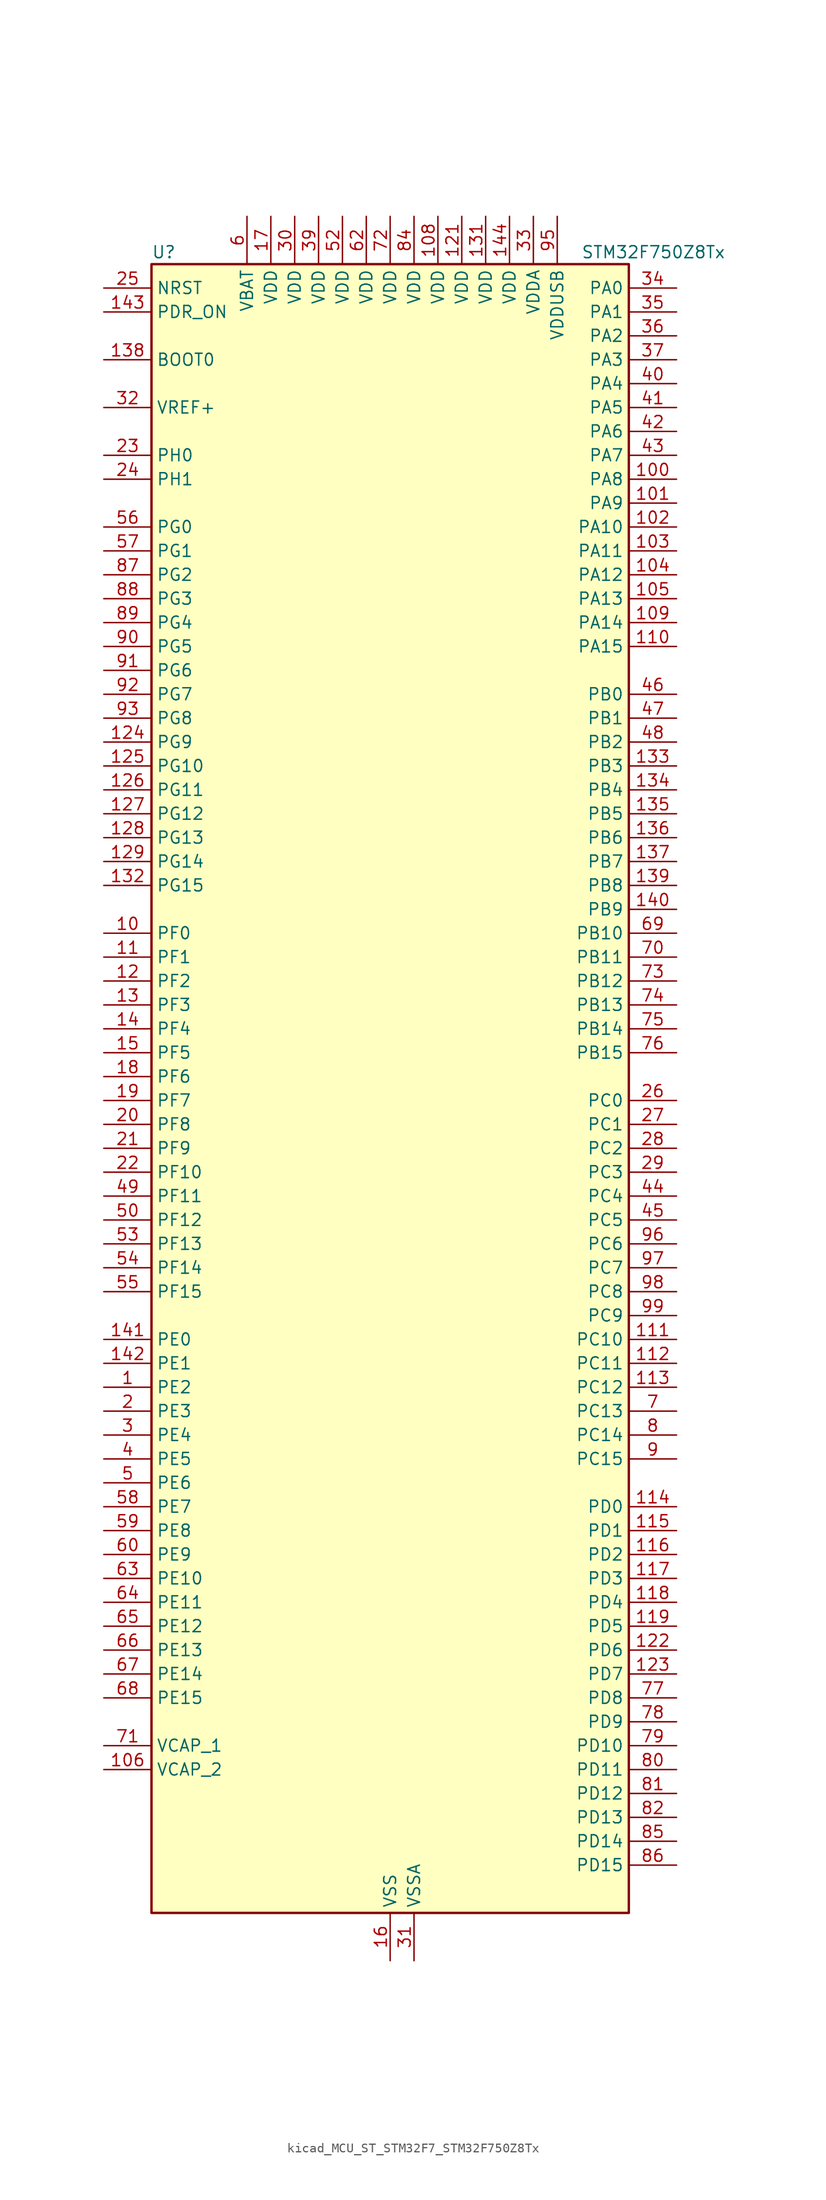
<source format=kicad_sym>
(kicad_symbol_lib
  (version 20220914)
  (generator kicad_symbol_editor)
  (symbol "kicad_MCU_ST_STM32F7_STM32F750Z8Tx"
    (property "Reference" "U"
      (at -25.4 90.17 0)
      (effects (font (size 1.27 1.27)) (justify left)))
    (property "Value" "STM32F750Z8Tx"
      (at 20.32 90.17 0)
      (effects (font (size 1.27 1.27)) (justify left)))
    (property "ki_locked" ""
      (at 0 0 0)
      (effects (font (size 1.27 1.27))))
    (symbol "kicad_MCU_ST_STM32F7_STM32F750Z8Tx_0_1"
      (rectangle (start -25.4 -86.36) (end 25.4 88.9) (stroke (width 0.254) (type default)) (fill (type background))))
    (symbol "kicad_MCU_ST_STM32F7_STM32F750Z8Tx_1_1"
      (pin bidirectional line (at -30.48 -30.48 0) (length 5.08) (name "PE2" (effects (font (size 1.27 1.27)))) (number "1" (effects (font (size 1.27 1.27)))) (alternate "ETH_TXD3" bidirectional line) (alternate "FMC_A23" bidirectional line) (alternate "QUADSPI_BK1_IO2" bidirectional line) (alternate "SAI1_MCLK_A" bidirectional line) (alternate "SPI4_SCK" bidirectional line) (alternate "SYS_TRACECLK" bidirectional line))
      (pin bidirectional line (at -30.48 17.78 0) (length 5.08) (name "PF0" (effects (font (size 1.27 1.27)))) (number "10" (effects (font (size 1.27 1.27)))) (alternate "FMC_A0" bidirectional line) (alternate "I2C2_SDA" bidirectional line))
      (pin bidirectional line (at 30.48 66.04 180) (length 5.08) (name "PA8" (effects (font (size 1.27 1.27)))) (number "100" (effects (font (size 1.27 1.27)))) (alternate "I2C3_SCL" bidirectional line) (alternate "LTDC_R6" bidirectional line) (alternate "RCC_MCO_1" bidirectional line) (alternate "TIM1_CH1" bidirectional line) (alternate "TIM8_BKIN2" bidirectional line) (alternate "USART1_CK" bidirectional line) (alternate "USB_OTG_FS_SOF" bidirectional line))
      (pin bidirectional line (at 30.48 63.5 180) (length 5.08) (name "PA9" (effects (font (size 1.27 1.27)))) (number "101" (effects (font (size 1.27 1.27)))) (alternate "DAC_EXTI9" bidirectional line) (alternate "DCMI_D0" bidirectional line) (alternate "I2C3_SMBA" bidirectional line) (alternate "I2S2_CK" bidirectional line) (alternate "SPI2_SCK" bidirectional line) (alternate "TIM1_CH2" bidirectional line) (alternate "USART1_TX" bidirectional line) (alternate "USB_OTG_FS_VBUS" bidirectional line))
      (pin bidirectional line (at 30.48 60.96 180) (length 5.08) (name "PA10" (effects (font (size 1.27 1.27)))) (number "102" (effects (font (size 1.27 1.27)))) (alternate "DCMI_D1" bidirectional line) (alternate "TIM1_CH3" bidirectional line) (alternate "USART1_RX" bidirectional line) (alternate "USB_OTG_FS_ID" bidirectional line))
      (pin bidirectional line (at 30.48 58.42 180) (length 5.08) (name "PA11" (effects (font (size 1.27 1.27)))) (number "103" (effects (font (size 1.27 1.27)))) (alternate "ADC1_EXTI11" bidirectional line) (alternate "ADC2_EXTI11" bidirectional line) (alternate "ADC3_EXTI11" bidirectional line) (alternate "CAN1_RX" bidirectional line) (alternate "LTDC_R4" bidirectional line) (alternate "TIM1_CH4" bidirectional line) (alternate "USART1_CTS" bidirectional line) (alternate "USB_OTG_FS_DM" bidirectional line))
      (pin bidirectional line (at 30.48 55.88 180) (length 5.08) (name "PA12" (effects (font (size 1.27 1.27)))) (number "104" (effects (font (size 1.27 1.27)))) (alternate "CAN1_TX" bidirectional line) (alternate "LTDC_R5" bidirectional line) (alternate "SAI2_FS_B" bidirectional line) (alternate "TIM1_ETR" bidirectional line) (alternate "USART1_DE" bidirectional line) (alternate "USART1_RTS" bidirectional line) (alternate "USB_OTG_FS_DP" bidirectional line))
      (pin bidirectional line (at 30.48 53.34 180) (length 5.08) (name "PA13" (effects (font (size 1.27 1.27)))) (number "105" (effects (font (size 1.27 1.27)))) (alternate "SYS_JTMS-SWDIO" bidirectional line))
      (pin power_out line (at -30.48 -71.12 0) (length 5.08) (name "VCAP_2" (effects (font (size 1.27 1.27)))) (number "106" (effects (font (size 1.27 1.27)))))
      (pin passive line (at 0 -91.44 90) (length 5.08) hide (name "VSS" (effects (font (size 1.27 1.27)))) (number "107" (effects (font (size 1.27 1.27)))))
      (pin power_in line (at 5.08 93.98 270) (length 5.08) (name "VDD" (effects (font (size 1.27 1.27)))) (number "108" (effects (font (size 1.27 1.27)))))
      (pin bidirectional line (at 30.48 50.8 180) (length 5.08) (name "PA14" (effects (font (size 1.27 1.27)))) (number "109" (effects (font (size 1.27 1.27)))) (alternate "SYS_JTCK-SWCLK" bidirectional line))
      (pin bidirectional line (at -30.48 15.24 0) (length 5.08) (name "PF1" (effects (font (size 1.27 1.27)))) (number "11" (effects (font (size 1.27 1.27)))) (alternate "FMC_A1" bidirectional line) (alternate "I2C2_SCL" bidirectional line))
      (pin bidirectional line (at 30.48 48.26 180) (length 5.08) (name "PA15" (effects (font (size 1.27 1.27)))) (number "110" (effects (font (size 1.27 1.27)))) (alternate "CEC" bidirectional line) (alternate "I2S1_WS" bidirectional line) (alternate "I2S3_WS" bidirectional line) (alternate "SPI1_NSS" bidirectional line) (alternate "SPI3_NSS" bidirectional line) (alternate "SYS_JTDI" bidirectional line) (alternate "TIM2_CH1" bidirectional line) (alternate "TIM2_ETR" bidirectional line) (alternate "UART4_DE" bidirectional line) (alternate "UART4_RTS" bidirectional line))
      (pin bidirectional line (at 30.48 -25.4 180) (length 5.08) (name "PC10" (effects (font (size 1.27 1.27)))) (number "111" (effects (font (size 1.27 1.27)))) (alternate "DCMI_D8" bidirectional line) (alternate "I2S3_CK" bidirectional line) (alternate "LTDC_R2" bidirectional line) (alternate "QUADSPI_BK1_IO1" bidirectional line) (alternate "SDMMC1_D2" bidirectional line) (alternate "SPI3_SCK" bidirectional line) (alternate "UART4_TX" bidirectional line) (alternate "USART3_TX" bidirectional line))
      (pin bidirectional line (at 30.48 -27.94 180) (length 5.08) (name "PC11" (effects (font (size 1.27 1.27)))) (number "112" (effects (font (size 1.27 1.27)))) (alternate "ADC1_EXTI11" bidirectional line) (alternate "ADC2_EXTI11" bidirectional line) (alternate "ADC3_EXTI11" bidirectional line) (alternate "DCMI_D4" bidirectional line) (alternate "QUADSPI_BK2_NCS" bidirectional line) (alternate "SDMMC1_D3" bidirectional line) (alternate "SPI3_MISO" bidirectional line) (alternate "UART4_RX" bidirectional line) (alternate "USART3_RX" bidirectional line))
      (pin bidirectional line (at 30.48 -30.48 180) (length 5.08) (name "PC12" (effects (font (size 1.27 1.27)))) (number "113" (effects (font (size 1.27 1.27)))) (alternate "DCMI_D9" bidirectional line) (alternate "I2S3_SD" bidirectional line) (alternate "SDMMC1_CK" bidirectional line) (alternate "SPI3_MOSI" bidirectional line) (alternate "SYS_TRACED3" bidirectional line) (alternate "UART5_TX" bidirectional line) (alternate "USART3_CK" bidirectional line))
      (pin bidirectional line (at 30.48 -43.18 180) (length 5.08) (name "PD0" (effects (font (size 1.27 1.27)))) (number "114" (effects (font (size 1.27 1.27)))) (alternate "CAN1_RX" bidirectional line) (alternate "FMC_D2" bidirectional line) (alternate "FMC_DA2" bidirectional line))
      (pin bidirectional line (at 30.48 -45.72 180) (length 5.08) (name "PD1" (effects (font (size 1.27 1.27)))) (number "115" (effects (font (size 1.27 1.27)))) (alternate "CAN1_TX" bidirectional line) (alternate "FMC_D3" bidirectional line) (alternate "FMC_DA3" bidirectional line))
      (pin bidirectional line (at 30.48 -48.26 180) (length 5.08) (name "PD2" (effects (font (size 1.27 1.27)))) (number "116" (effects (font (size 1.27 1.27)))) (alternate "DCMI_D11" bidirectional line) (alternate "SDMMC1_CMD" bidirectional line) (alternate "SYS_TRACED2" bidirectional line) (alternate "TIM3_ETR" bidirectional line) (alternate "UART5_RX" bidirectional line))
      (pin bidirectional line (at 30.48 -50.8 180) (length 5.08) (name "PD3" (effects (font (size 1.27 1.27)))) (number "117" (effects (font (size 1.27 1.27)))) (alternate "DCMI_D5" bidirectional line) (alternate "FMC_CLK" bidirectional line) (alternate "I2S2_CK" bidirectional line) (alternate "LTDC_G7" bidirectional line) (alternate "SPI2_SCK" bidirectional line) (alternate "USART2_CTS" bidirectional line))
      (pin bidirectional line (at 30.48 -53.34 180) (length 5.08) (name "PD4" (effects (font (size 1.27 1.27)))) (number "118" (effects (font (size 1.27 1.27)))) (alternate "FMC_NOE" bidirectional line) (alternate "USART2_DE" bidirectional line) (alternate "USART2_RTS" bidirectional line))
      (pin bidirectional line (at 30.48 -55.88 180) (length 5.08) (name "PD5" (effects (font (size 1.27 1.27)))) (number "119" (effects (font (size 1.27 1.27)))) (alternate "FMC_NWE" bidirectional line) (alternate "USART2_TX" bidirectional line))
      (pin bidirectional line (at -30.48 12.7 0) (length 5.08) (name "PF2" (effects (font (size 1.27 1.27)))) (number "12" (effects (font (size 1.27 1.27)))) (alternate "FMC_A2" bidirectional line) (alternate "I2C2_SMBA" bidirectional line))
      (pin passive line (at 0 -91.44 90) (length 5.08) hide (name "VSS" (effects (font (size 1.27 1.27)))) (number "120" (effects (font (size 1.27 1.27)))))
      (pin power_in line (at 7.62 93.98 270) (length 5.08) (name "VDD" (effects (font (size 1.27 1.27)))) (number "121" (effects (font (size 1.27 1.27)))))
      (pin bidirectional line (at 30.48 -58.42 180) (length 5.08) (name "PD6" (effects (font (size 1.27 1.27)))) (number "122" (effects (font (size 1.27 1.27)))) (alternate "DCMI_D10" bidirectional line) (alternate "FMC_NWAIT" bidirectional line) (alternate "I2S3_SD" bidirectional line) (alternate "LTDC_B2" bidirectional line) (alternate "SAI1_SD_A" bidirectional line) (alternate "SPI3_MOSI" bidirectional line) (alternate "USART2_RX" bidirectional line))
      (pin bidirectional line (at 30.48 -60.96 180) (length 5.08) (name "PD7" (effects (font (size 1.27 1.27)))) (number "123" (effects (font (size 1.27 1.27)))) (alternate "FMC_NE1" bidirectional line) (alternate "SPDIFRX_IN0" bidirectional line) (alternate "USART2_CK" bidirectional line))
      (pin bidirectional line (at -30.48 38.1 0) (length 5.08) (name "PG9" (effects (font (size 1.27 1.27)))) (number "124" (effects (font (size 1.27 1.27)))) (alternate "DAC_EXTI9" bidirectional line) (alternate "DCMI_VSYNC" bidirectional line) (alternate "FMC_NCE" bidirectional line) (alternate "FMC_NE2" bidirectional line) (alternate "QUADSPI_BK2_IO2" bidirectional line) (alternate "SAI2_FS_B" bidirectional line) (alternate "SPDIFRX_IN3" bidirectional line) (alternate "USART6_RX" bidirectional line))
      (pin bidirectional line (at -30.48 35.56 0) (length 5.08) (name "PG10" (effects (font (size 1.27 1.27)))) (number "125" (effects (font (size 1.27 1.27)))) (alternate "DCMI_D2" bidirectional line) (alternate "FMC_NE3" bidirectional line) (alternate "LTDC_B2" bidirectional line) (alternate "LTDC_G3" bidirectional line) (alternate "SAI2_SD_B" bidirectional line))
      (pin bidirectional line (at -30.48 33.02 0) (length 5.08) (name "PG11" (effects (font (size 1.27 1.27)))) (number "126" (effects (font (size 1.27 1.27)))) (alternate "ADC1_EXTI11" bidirectional line) (alternate "ADC2_EXTI11" bidirectional line) (alternate "ADC3_EXTI11" bidirectional line) (alternate "DCMI_D3" bidirectional line) (alternate "ETH_TX_EN" bidirectional line) (alternate "LTDC_B3" bidirectional line) (alternate "SPDIFRX_IN0" bidirectional line))
      (pin bidirectional line (at -30.48 30.48 0) (length 5.08) (name "PG12" (effects (font (size 1.27 1.27)))) (number "127" (effects (font (size 1.27 1.27)))) (alternate "FMC_NE4" bidirectional line) (alternate "LPTIM1_IN1" bidirectional line) (alternate "LTDC_B1" bidirectional line) (alternate "LTDC_B4" bidirectional line) (alternate "SPDIFRX_IN1" bidirectional line) (alternate "SPI6_MISO" bidirectional line) (alternate "USART6_DE" bidirectional line) (alternate "USART6_RTS" bidirectional line))
      (pin bidirectional line (at -30.48 27.94 0) (length 5.08) (name "PG13" (effects (font (size 1.27 1.27)))) (number "128" (effects (font (size 1.27 1.27)))) (alternate "ETH_TXD0" bidirectional line) (alternate "FMC_A24" bidirectional line) (alternate "LPTIM1_OUT" bidirectional line) (alternate "LTDC_R0" bidirectional line) (alternate "SPI6_SCK" bidirectional line) (alternate "SYS_TRACED0" bidirectional line) (alternate "USART6_CTS" bidirectional line))
      (pin bidirectional line (at -30.48 25.4 0) (length 5.08) (name "PG14" (effects (font (size 1.27 1.27)))) (number "129" (effects (font (size 1.27 1.27)))) (alternate "ETH_TXD1" bidirectional line) (alternate "FMC_A25" bidirectional line) (alternate "LPTIM1_ETR" bidirectional line) (alternate "LTDC_B0" bidirectional line) (alternate "QUADSPI_BK2_IO3" bidirectional line) (alternate "SPI6_MOSI" bidirectional line) (alternate "SYS_TRACED1" bidirectional line) (alternate "USART6_TX" bidirectional line))
      (pin bidirectional line (at -30.48 10.16 0) (length 5.08) (name "PF3" (effects (font (size 1.27 1.27)))) (number "13" (effects (font (size 1.27 1.27)))) (alternate "ADC3_IN9" bidirectional line) (alternate "FMC_A3" bidirectional line))
      (pin passive line (at 0 -91.44 90) (length 5.08) hide (name "VSS" (effects (font (size 1.27 1.27)))) (number "130" (effects (font (size 1.27 1.27)))))
      (pin power_in line (at 10.16 93.98 270) (length 5.08) (name "VDD" (effects (font (size 1.27 1.27)))) (number "131" (effects (font (size 1.27 1.27)))))
      (pin bidirectional line (at -30.48 22.86 0) (length 5.08) (name "PG15" (effects (font (size 1.27 1.27)))) (number "132" (effects (font (size 1.27 1.27)))) (alternate "DCMI_D13" bidirectional line) (alternate "FMC_SDNCAS" bidirectional line) (alternate "USART6_CTS" bidirectional line))
      (pin bidirectional line (at 30.48 35.56 180) (length 5.08) (name "PB3" (effects (font (size 1.27 1.27)))) (number "133" (effects (font (size 1.27 1.27)))) (alternate "I2S1_CK" bidirectional line) (alternate "I2S3_CK" bidirectional line) (alternate "SPI1_SCK" bidirectional line) (alternate "SPI3_SCK" bidirectional line) (alternate "SYS_JTDO-SWO" bidirectional line) (alternate "TIM2_CH2" bidirectional line))
      (pin bidirectional line (at 30.48 33.02 180) (length 5.08) (name "PB4" (effects (font (size 1.27 1.27)))) (number "134" (effects (font (size 1.27 1.27)))) (alternate "I2S2_WS" bidirectional line) (alternate "SPI1_MISO" bidirectional line) (alternate "SPI2_NSS" bidirectional line) (alternate "SPI3_MISO" bidirectional line) (alternate "SYS_JTRST" bidirectional line) (alternate "TIM3_CH1" bidirectional line))
      (pin bidirectional line (at 30.48 30.48 180) (length 5.08) (name "PB5" (effects (font (size 1.27 1.27)))) (number "135" (effects (font (size 1.27 1.27)))) (alternate "CAN2_RX" bidirectional line) (alternate "DCMI_D10" bidirectional line) (alternate "ETH_PPS_OUT" bidirectional line) (alternate "FMC_SDCKE1" bidirectional line) (alternate "I2C1_SMBA" bidirectional line) (alternate "I2S1_SD" bidirectional line) (alternate "I2S3_SD" bidirectional line) (alternate "SPI1_MOSI" bidirectional line) (alternate "SPI3_MOSI" bidirectional line) (alternate "TIM3_CH2" bidirectional line) (alternate "USB_OTG_HS_ULPI_D7" bidirectional line))
      (pin bidirectional line (at 30.48 27.94 180) (length 5.08) (name "PB6" (effects (font (size 1.27 1.27)))) (number "136" (effects (font (size 1.27 1.27)))) (alternate "CAN2_TX" bidirectional line) (alternate "CEC" bidirectional line) (alternate "DCMI_D5" bidirectional line) (alternate "FMC_SDNE1" bidirectional line) (alternate "I2C1_SCL" bidirectional line) (alternate "QUADSPI_BK1_NCS" bidirectional line) (alternate "TIM4_CH1" bidirectional line) (alternate "USART1_TX" bidirectional line))
      (pin bidirectional line (at 30.48 25.4 180) (length 5.08) (name "PB7" (effects (font (size 1.27 1.27)))) (number "137" (effects (font (size 1.27 1.27)))) (alternate "DCMI_VSYNC" bidirectional line) (alternate "FMC_NL" bidirectional line) (alternate "I2C1_SDA" bidirectional line) (alternate "TIM4_CH2" bidirectional line) (alternate "USART1_RX" bidirectional line))
      (pin input line (at -30.48 78.74 0) (length 5.08) (name "BOOT0" (effects (font (size 1.27 1.27)))) (number "138" (effects (font (size 1.27 1.27)))))
      (pin bidirectional line (at 30.48 22.86 180) (length 5.08) (name "PB8" (effects (font (size 1.27 1.27)))) (number "139" (effects (font (size 1.27 1.27)))) (alternate "CAN1_RX" bidirectional line) (alternate "DCMI_D6" bidirectional line) (alternate "ETH_TXD3" bidirectional line) (alternate "I2C1_SCL" bidirectional line) (alternate "LTDC_B6" bidirectional line) (alternate "SDMMC1_D4" bidirectional line) (alternate "TIM10_CH1" bidirectional line) (alternate "TIM4_CH3" bidirectional line))
      (pin bidirectional line (at -30.48 7.62 0) (length 5.08) (name "PF4" (effects (font (size 1.27 1.27)))) (number "14" (effects (font (size 1.27 1.27)))) (alternate "ADC3_IN14" bidirectional line) (alternate "FMC_A4" bidirectional line))
      (pin bidirectional line (at 30.48 20.32 180) (length 5.08) (name "PB9" (effects (font (size 1.27 1.27)))) (number "140" (effects (font (size 1.27 1.27)))) (alternate "CAN1_TX" bidirectional line) (alternate "DAC_EXTI9" bidirectional line) (alternate "DCMI_D7" bidirectional line) (alternate "I2C1_SDA" bidirectional line) (alternate "I2S2_WS" bidirectional line) (alternate "LTDC_B7" bidirectional line) (alternate "SDMMC1_D5" bidirectional line) (alternate "SPI2_NSS" bidirectional line) (alternate "TIM11_CH1" bidirectional line) (alternate "TIM4_CH4" bidirectional line))
      (pin bidirectional line (at -30.48 -25.4 0) (length 5.08) (name "PE0" (effects (font (size 1.27 1.27)))) (number "141" (effects (font (size 1.27 1.27)))) (alternate "DCMI_D2" bidirectional line) (alternate "FMC_NBL0" bidirectional line) (alternate "LPTIM1_ETR" bidirectional line) (alternate "SAI2_MCLK_A" bidirectional line) (alternate "TIM4_ETR" bidirectional line) (alternate "UART8_RX" bidirectional line))
      (pin bidirectional line (at -30.48 -27.94 0) (length 5.08) (name "PE1" (effects (font (size 1.27 1.27)))) (number "142" (effects (font (size 1.27 1.27)))) (alternate "DCMI_D3" bidirectional line) (alternate "FMC_NBL1" bidirectional line) (alternate "LPTIM1_IN2" bidirectional line) (alternate "UART8_TX" bidirectional line))
      (pin input line (at -30.48 83.82 0) (length 5.08) (name "PDR_ON" (effects (font (size 1.27 1.27)))) (number "143" (effects (font (size 1.27 1.27)))))
      (pin power_in line (at 12.7 93.98 270) (length 5.08) (name "VDD" (effects (font (size 1.27 1.27)))) (number "144" (effects (font (size 1.27 1.27)))))
      (pin bidirectional line (at -30.48 5.08 0) (length 5.08) (name "PF5" (effects (font (size 1.27 1.27)))) (number "15" (effects (font (size 1.27 1.27)))) (alternate "ADC3_IN15" bidirectional line) (alternate "FMC_A5" bidirectional line))
      (pin power_in line (at 0 -91.44 90) (length 5.08) (name "VSS" (effects (font (size 1.27 1.27)))) (number "16" (effects (font (size 1.27 1.27)))))
      (pin power_in line (at -12.7 93.98 270) (length 5.08) (name "VDD" (effects (font (size 1.27 1.27)))) (number "17" (effects (font (size 1.27 1.27)))))
      (pin bidirectional line (at -30.48 2.54 0) (length 5.08) (name "PF6" (effects (font (size 1.27 1.27)))) (number "18" (effects (font (size 1.27 1.27)))) (alternate "ADC3_IN4" bidirectional line) (alternate "QUADSPI_BK1_IO3" bidirectional line) (alternate "SAI1_SD_B" bidirectional line) (alternate "SPI5_NSS" bidirectional line) (alternate "TIM10_CH1" bidirectional line) (alternate "UART7_RX" bidirectional line))
      (pin bidirectional line (at -30.48 0 0) (length 5.08) (name "PF7" (effects (font (size 1.27 1.27)))) (number "19" (effects (font (size 1.27 1.27)))) (alternate "ADC3_IN5" bidirectional line) (alternate "QUADSPI_BK1_IO2" bidirectional line) (alternate "SAI1_MCLK_B" bidirectional line) (alternate "SPI5_SCK" bidirectional line) (alternate "TIM11_CH1" bidirectional line) (alternate "UART7_TX" bidirectional line))
      (pin bidirectional line (at -30.48 -33.02 0) (length 5.08) (name "PE3" (effects (font (size 1.27 1.27)))) (number "2" (effects (font (size 1.27 1.27)))) (alternate "FMC_A19" bidirectional line) (alternate "SAI1_SD_B" bidirectional line) (alternate "SYS_TRACED0" bidirectional line))
      (pin bidirectional line (at -30.48 -2.54 0) (length 5.08) (name "PF8" (effects (font (size 1.27 1.27)))) (number "20" (effects (font (size 1.27 1.27)))) (alternate "ADC3_IN6" bidirectional line) (alternate "QUADSPI_BK1_IO0" bidirectional line) (alternate "SAI1_SCK_B" bidirectional line) (alternate "SPI5_MISO" bidirectional line) (alternate "TIM13_CH1" bidirectional line) (alternate "UART7_DE" bidirectional line) (alternate "UART7_RTS" bidirectional line))
      (pin bidirectional line (at -30.48 -5.08 0) (length 5.08) (name "PF9" (effects (font (size 1.27 1.27)))) (number "21" (effects (font (size 1.27 1.27)))) (alternate "ADC3_IN7" bidirectional line) (alternate "DAC_EXTI9" bidirectional line) (alternate "QUADSPI_BK1_IO1" bidirectional line) (alternate "SAI1_FS_B" bidirectional line) (alternate "SPI5_MOSI" bidirectional line) (alternate "TIM14_CH1" bidirectional line) (alternate "UART7_CTS" bidirectional line))
      (pin bidirectional line (at -30.48 -7.62 0) (length 5.08) (name "PF10" (effects (font (size 1.27 1.27)))) (number "22" (effects (font (size 1.27 1.27)))) (alternate "ADC3_IN8" bidirectional line) (alternate "DCMI_D11" bidirectional line) (alternate "LTDC_DE" bidirectional line))
      (pin bidirectional line (at -30.48 68.58 0) (length 5.08) (name "PH0" (effects (font (size 1.27 1.27)))) (number "23" (effects (font (size 1.27 1.27)))) (alternate "RCC_OSC_IN" bidirectional line))
      (pin bidirectional line (at -30.48 66.04 0) (length 5.08) (name "PH1" (effects (font (size 1.27 1.27)))) (number "24" (effects (font (size 1.27 1.27)))) (alternate "RCC_OSC_OUT" bidirectional line))
      (pin input line (at -30.48 86.36 0) (length 5.08) (name "NRST" (effects (font (size 1.27 1.27)))) (number "25" (effects (font (size 1.27 1.27)))))
      (pin bidirectional line (at 30.48 0 180) (length 5.08) (name "PC0" (effects (font (size 1.27 1.27)))) (number "26" (effects (font (size 1.27 1.27)))) (alternate "ADC1_IN10" bidirectional line) (alternate "ADC2_IN10" bidirectional line) (alternate "ADC3_IN10" bidirectional line) (alternate "FMC_SDNWE" bidirectional line) (alternate "LTDC_R5" bidirectional line) (alternate "SAI2_FS_B" bidirectional line) (alternate "USB_OTG_HS_ULPI_STP" bidirectional line))
      (pin bidirectional line (at 30.48 -2.54 180) (length 5.08) (name "PC1" (effects (font (size 1.27 1.27)))) (number "27" (effects (font (size 1.27 1.27)))) (alternate "ADC1_IN11" bidirectional line) (alternate "ADC2_IN11" bidirectional line) (alternate "ADC3_IN11" bidirectional line) (alternate "ETH_MDC" bidirectional line) (alternate "I2S2_SD" bidirectional line) (alternate "RTC_TAMP3" bidirectional line) (alternate "RTC_TS" bidirectional line) (alternate "SAI1_SD_A" bidirectional line) (alternate "SPI2_MOSI" bidirectional line) (alternate "SYS_TRACED0" bidirectional line) (alternate "SYS_WKUP3" bidirectional line))
      (pin bidirectional line (at 30.48 -5.08 180) (length 5.08) (name "PC2" (effects (font (size 1.27 1.27)))) (number "28" (effects (font (size 1.27 1.27)))) (alternate "ADC1_IN12" bidirectional line) (alternate "ADC2_IN12" bidirectional line) (alternate "ADC3_IN12" bidirectional line) (alternate "ETH_TXD2" bidirectional line) (alternate "FMC_SDNE0" bidirectional line) (alternate "SPI2_MISO" bidirectional line) (alternate "USB_OTG_HS_ULPI_DIR" bidirectional line))
      (pin bidirectional line (at 30.48 -7.62 180) (length 5.08) (name "PC3" (effects (font (size 1.27 1.27)))) (number "29" (effects (font (size 1.27 1.27)))) (alternate "ADC1_IN13" bidirectional line) (alternate "ADC2_IN13" bidirectional line) (alternate "ADC3_IN13" bidirectional line) (alternate "ETH_TX_CLK" bidirectional line) (alternate "FMC_SDCKE0" bidirectional line) (alternate "I2S2_SD" bidirectional line) (alternate "SPI2_MOSI" bidirectional line) (alternate "USB_OTG_HS_ULPI_NXT" bidirectional line))
      (pin bidirectional line (at -30.48 -35.56 0) (length 5.08) (name "PE4" (effects (font (size 1.27 1.27)))) (number "3" (effects (font (size 1.27 1.27)))) (alternate "DCMI_D4" bidirectional line) (alternate "FMC_A20" bidirectional line) (alternate "LTDC_B0" bidirectional line) (alternate "SAI1_FS_A" bidirectional line) (alternate "SPI4_NSS" bidirectional line) (alternate "SYS_TRACED1" bidirectional line))
      (pin power_in line (at -10.16 93.98 270) (length 5.08) (name "VDD" (effects (font (size 1.27 1.27)))) (number "30" (effects (font (size 1.27 1.27)))))
      (pin power_in line (at 2.54 -91.44 90) (length 5.08) (name "VSSA" (effects (font (size 1.27 1.27)))) (number "31" (effects (font (size 1.27 1.27)))))
      (pin input line (at -30.48 73.66 0) (length 5.08) (name "VREF+" (effects (font (size 1.27 1.27)))) (number "32" (effects (font (size 1.27 1.27)))))
      (pin power_in line (at 15.24 93.98 270) (length 5.08) (name "VDDA" (effects (font (size 1.27 1.27)))) (number "33" (effects (font (size 1.27 1.27)))))
      (pin bidirectional line (at 30.48 86.36 180) (length 5.08) (name "PA0" (effects (font (size 1.27 1.27)))) (number "34" (effects (font (size 1.27 1.27)))) (alternate "ADC1_IN0" bidirectional line) (alternate "ADC2_IN0" bidirectional line) (alternate "ADC3_IN0" bidirectional line) (alternate "ETH_CRS" bidirectional line) (alternate "SAI2_SD_B" bidirectional line) (alternate "SYS_WKUP1" bidirectional line) (alternate "TIM2_CH1" bidirectional line) (alternate "TIM2_ETR" bidirectional line) (alternate "TIM5_CH1" bidirectional line) (alternate "TIM8_ETR" bidirectional line) (alternate "UART4_TX" bidirectional line) (alternate "USART2_CTS" bidirectional line))
      (pin bidirectional line (at 30.48 83.82 180) (length 5.08) (name "PA1" (effects (font (size 1.27 1.27)))) (number "35" (effects (font (size 1.27 1.27)))) (alternate "ADC1_IN1" bidirectional line) (alternate "ADC2_IN1" bidirectional line) (alternate "ADC3_IN1" bidirectional line) (alternate "ETH_REF_CLK" bidirectional line) (alternate "ETH_RX_CLK" bidirectional line) (alternate "LTDC_R2" bidirectional line) (alternate "QUADSPI_BK1_IO3" bidirectional line) (alternate "SAI2_MCLK_B" bidirectional line) (alternate "TIM2_CH2" bidirectional line) (alternate "TIM5_CH2" bidirectional line) (alternate "UART4_RX" bidirectional line) (alternate "USART2_DE" bidirectional line) (alternate "USART2_RTS" bidirectional line))
      (pin bidirectional line (at 30.48 81.28 180) (length 5.08) (name "PA2" (effects (font (size 1.27 1.27)))) (number "36" (effects (font (size 1.27 1.27)))) (alternate "ADC1_IN2" bidirectional line) (alternate "ADC2_IN2" bidirectional line) (alternate "ADC3_IN2" bidirectional line) (alternate "ETH_MDIO" bidirectional line) (alternate "LTDC_R1" bidirectional line) (alternate "SAI2_SCK_B" bidirectional line) (alternate "SYS_WKUP2" bidirectional line) (alternate "TIM2_CH3" bidirectional line) (alternate "TIM5_CH3" bidirectional line) (alternate "TIM9_CH1" bidirectional line) (alternate "USART2_TX" bidirectional line))
      (pin bidirectional line (at 30.48 78.74 180) (length 5.08) (name "PA3" (effects (font (size 1.27 1.27)))) (number "37" (effects (font (size 1.27 1.27)))) (alternate "ADC1_IN3" bidirectional line) (alternate "ADC2_IN3" bidirectional line) (alternate "ADC3_IN3" bidirectional line) (alternate "ETH_COL" bidirectional line) (alternate "LTDC_B5" bidirectional line) (alternate "TIM2_CH4" bidirectional line) (alternate "TIM5_CH4" bidirectional line) (alternate "TIM9_CH2" bidirectional line) (alternate "USART2_RX" bidirectional line) (alternate "USB_OTG_HS_ULPI_D0" bidirectional line))
      (pin passive line (at 0 -91.44 90) (length 5.08) hide (name "VSS" (effects (font (size 1.27 1.27)))) (number "38" (effects (font (size 1.27 1.27)))))
      (pin power_in line (at -7.62 93.98 270) (length 5.08) (name "VDD" (effects (font (size 1.27 1.27)))) (number "39" (effects (font (size 1.27 1.27)))))
      (pin bidirectional line (at -30.48 -38.1 0) (length 5.08) (name "PE5" (effects (font (size 1.27 1.27)))) (number "4" (effects (font (size 1.27 1.27)))) (alternate "DCMI_D6" bidirectional line) (alternate "FMC_A21" bidirectional line) (alternate "LTDC_G0" bidirectional line) (alternate "SAI1_SCK_A" bidirectional line) (alternate "SPI4_MISO" bidirectional line) (alternate "SYS_TRACED2" bidirectional line) (alternate "TIM9_CH1" bidirectional line))
      (pin bidirectional line (at 30.48 76.2 180) (length 5.08) (name "PA4" (effects (font (size 1.27 1.27)))) (number "40" (effects (font (size 1.27 1.27)))) (alternate "ADC1_IN4" bidirectional line) (alternate "ADC2_IN4" bidirectional line) (alternate "DAC_OUT1" bidirectional line) (alternate "DCMI_HSYNC" bidirectional line) (alternate "I2S1_WS" bidirectional line) (alternate "I2S3_WS" bidirectional line) (alternate "LTDC_VSYNC" bidirectional line) (alternate "SPI1_NSS" bidirectional line) (alternate "SPI3_NSS" bidirectional line) (alternate "USART2_CK" bidirectional line) (alternate "USB_OTG_HS_SOF" bidirectional line))
      (pin bidirectional line (at 30.48 73.66 180) (length 5.08) (name "PA5" (effects (font (size 1.27 1.27)))) (number "41" (effects (font (size 1.27 1.27)))) (alternate "ADC1_IN5" bidirectional line) (alternate "ADC2_IN5" bidirectional line) (alternate "DAC_OUT2" bidirectional line) (alternate "I2S1_CK" bidirectional line) (alternate "LTDC_R4" bidirectional line) (alternate "SPI1_SCK" bidirectional line) (alternate "TIM2_CH1" bidirectional line) (alternate "TIM2_ETR" bidirectional line) (alternate "TIM8_CH1N" bidirectional line) (alternate "USB_OTG_HS_ULPI_CK" bidirectional line))
      (pin bidirectional line (at 30.48 71.12 180) (length 5.08) (name "PA6" (effects (font (size 1.27 1.27)))) (number "42" (effects (font (size 1.27 1.27)))) (alternate "ADC1_IN6" bidirectional line) (alternate "ADC2_IN6" bidirectional line) (alternate "DCMI_PIXCLK" bidirectional line) (alternate "LTDC_G2" bidirectional line) (alternate "SPI1_MISO" bidirectional line) (alternate "TIM13_CH1" bidirectional line) (alternate "TIM1_BKIN" bidirectional line) (alternate "TIM3_CH1" bidirectional line) (alternate "TIM8_BKIN" bidirectional line))
      (pin bidirectional line (at 30.48 68.58 180) (length 5.08) (name "PA7" (effects (font (size 1.27 1.27)))) (number "43" (effects (font (size 1.27 1.27)))) (alternate "ADC1_IN7" bidirectional line) (alternate "ADC2_IN7" bidirectional line) (alternate "ETH_CRS_DV" bidirectional line) (alternate "ETH_RX_DV" bidirectional line) (alternate "FMC_SDNWE" bidirectional line) (alternate "I2S1_SD" bidirectional line) (alternate "SPI1_MOSI" bidirectional line) (alternate "TIM14_CH1" bidirectional line) (alternate "TIM1_CH1N" bidirectional line) (alternate "TIM3_CH2" bidirectional line) (alternate "TIM8_CH1N" bidirectional line))
      (pin bidirectional line (at 30.48 -10.16 180) (length 5.08) (name "PC4" (effects (font (size 1.27 1.27)))) (number "44" (effects (font (size 1.27 1.27)))) (alternate "ADC1_IN14" bidirectional line) (alternate "ADC2_IN14" bidirectional line) (alternate "ETH_RXD0" bidirectional line) (alternate "FMC_SDNE0" bidirectional line) (alternate "I2S1_MCK" bidirectional line) (alternate "SPDIFRX_IN2" bidirectional line))
      (pin bidirectional line (at 30.48 -12.7 180) (length 5.08) (name "PC5" (effects (font (size 1.27 1.27)))) (number "45" (effects (font (size 1.27 1.27)))) (alternate "ADC1_IN15" bidirectional line) (alternate "ADC2_IN15" bidirectional line) (alternate "ETH_RXD1" bidirectional line) (alternate "FMC_SDCKE0" bidirectional line) (alternate "SPDIFRX_IN3" bidirectional line))
      (pin bidirectional line (at 30.48 43.18 180) (length 5.08) (name "PB0" (effects (font (size 1.27 1.27)))) (number "46" (effects (font (size 1.27 1.27)))) (alternate "ADC1_IN8" bidirectional line) (alternate "ADC2_IN8" bidirectional line) (alternate "ETH_RXD2" bidirectional line) (alternate "LTDC_R3" bidirectional line) (alternate "TIM1_CH2N" bidirectional line) (alternate "TIM3_CH3" bidirectional line) (alternate "TIM8_CH2N" bidirectional line) (alternate "UART4_CTS" bidirectional line) (alternate "USB_OTG_HS_ULPI_D1" bidirectional line))
      (pin bidirectional line (at 30.48 40.64 180) (length 5.08) (name "PB1" (effects (font (size 1.27 1.27)))) (number "47" (effects (font (size 1.27 1.27)))) (alternate "ADC1_IN9" bidirectional line) (alternate "ADC2_IN9" bidirectional line) (alternate "ETH_RXD3" bidirectional line) (alternate "LTDC_R6" bidirectional line) (alternate "TIM1_CH3N" bidirectional line) (alternate "TIM3_CH4" bidirectional line) (alternate "TIM8_CH3N" bidirectional line) (alternate "USB_OTG_HS_ULPI_D2" bidirectional line))
      (pin bidirectional line (at 30.48 38.1 180) (length 5.08) (name "PB2" (effects (font (size 1.27 1.27)))) (number "48" (effects (font (size 1.27 1.27)))) (alternate "I2S3_SD" bidirectional line) (alternate "QUADSPI_CLK" bidirectional line) (alternate "SAI1_SD_A" bidirectional line) (alternate "SPI3_MOSI" bidirectional line))
      (pin bidirectional line (at -30.48 -10.16 0) (length 5.08) (name "PF11" (effects (font (size 1.27 1.27)))) (number "49" (effects (font (size 1.27 1.27)))) (alternate "ADC1_EXTI11" bidirectional line) (alternate "ADC2_EXTI11" bidirectional line) (alternate "ADC3_EXTI11" bidirectional line) (alternate "DCMI_D12" bidirectional line) (alternate "FMC_SDNRAS" bidirectional line) (alternate "SAI2_SD_B" bidirectional line) (alternate "SPI5_MOSI" bidirectional line))
      (pin bidirectional line (at -30.48 -40.64 0) (length 5.08) (name "PE6" (effects (font (size 1.27 1.27)))) (number "5" (effects (font (size 1.27 1.27)))) (alternate "DCMI_D7" bidirectional line) (alternate "FMC_A22" bidirectional line) (alternate "LTDC_G1" bidirectional line) (alternate "SAI1_SD_A" bidirectional line) (alternate "SAI2_MCLK_B" bidirectional line) (alternate "SPI4_MOSI" bidirectional line) (alternate "SYS_TRACED3" bidirectional line) (alternate "TIM1_BKIN2" bidirectional line) (alternate "TIM9_CH2" bidirectional line))
      (pin bidirectional line (at -30.48 -12.7 0) (length 5.08) (name "PF12" (effects (font (size 1.27 1.27)))) (number "50" (effects (font (size 1.27 1.27)))) (alternate "FMC_A6" bidirectional line))
      (pin passive line (at 0 -91.44 90) (length 5.08) hide (name "VSS" (effects (font (size 1.27 1.27)))) (number "51" (effects (font (size 1.27 1.27)))))
      (pin power_in line (at -5.08 93.98 270) (length 5.08) (name "VDD" (effects (font (size 1.27 1.27)))) (number "52" (effects (font (size 1.27 1.27)))))
      (pin bidirectional line (at -30.48 -15.24 0) (length 5.08) (name "PF13" (effects (font (size 1.27 1.27)))) (number "53" (effects (font (size 1.27 1.27)))) (alternate "FMC_A7" bidirectional line) (alternate "I2C4_SMBA" bidirectional line))
      (pin bidirectional line (at -30.48 -17.78 0) (length 5.08) (name "PF14" (effects (font (size 1.27 1.27)))) (number "54" (effects (font (size 1.27 1.27)))) (alternate "FMC_A8" bidirectional line) (alternate "I2C4_SCL" bidirectional line))
      (pin bidirectional line (at -30.48 -20.32 0) (length 5.08) (name "PF15" (effects (font (size 1.27 1.27)))) (number "55" (effects (font (size 1.27 1.27)))) (alternate "FMC_A9" bidirectional line) (alternate "I2C4_SDA" bidirectional line))
      (pin bidirectional line (at -30.48 60.96 0) (length 5.08) (name "PG0" (effects (font (size 1.27 1.27)))) (number "56" (effects (font (size 1.27 1.27)))) (alternate "FMC_A10" bidirectional line))
      (pin bidirectional line (at -30.48 58.42 0) (length 5.08) (name "PG1" (effects (font (size 1.27 1.27)))) (number "57" (effects (font (size 1.27 1.27)))) (alternate "FMC_A11" bidirectional line))
      (pin bidirectional line (at -30.48 -43.18 0) (length 5.08) (name "PE7" (effects (font (size 1.27 1.27)))) (number "58" (effects (font (size 1.27 1.27)))) (alternate "FMC_D4" bidirectional line) (alternate "FMC_DA4" bidirectional line) (alternate "QUADSPI_BK2_IO0" bidirectional line) (alternate "TIM1_ETR" bidirectional line) (alternate "UART7_RX" bidirectional line))
      (pin bidirectional line (at -30.48 -45.72 0) (length 5.08) (name "PE8" (effects (font (size 1.27 1.27)))) (number "59" (effects (font (size 1.27 1.27)))) (alternate "FMC_D5" bidirectional line) (alternate "FMC_DA5" bidirectional line) (alternate "QUADSPI_BK2_IO1" bidirectional line) (alternate "TIM1_CH1N" bidirectional line) (alternate "UART7_TX" bidirectional line))
      (pin power_in line (at -15.24 93.98 270) (length 5.08) (name "VBAT" (effects (font (size 1.27 1.27)))) (number "6" (effects (font (size 1.27 1.27)))))
      (pin bidirectional line (at -30.48 -48.26 0) (length 5.08) (name "PE9" (effects (font (size 1.27 1.27)))) (number "60" (effects (font (size 1.27 1.27)))) (alternate "DAC_EXTI9" bidirectional line) (alternate "FMC_D6" bidirectional line) (alternate "FMC_DA6" bidirectional line) (alternate "QUADSPI_BK2_IO2" bidirectional line) (alternate "TIM1_CH1" bidirectional line) (alternate "UART7_DE" bidirectional line) (alternate "UART7_RTS" bidirectional line))
      (pin passive line (at 0 -91.44 90) (length 5.08) hide (name "VSS" (effects (font (size 1.27 1.27)))) (number "61" (effects (font (size 1.27 1.27)))))
      (pin power_in line (at -2.54 93.98 270) (length 5.08) (name "VDD" (effects (font (size 1.27 1.27)))) (number "62" (effects (font (size 1.27 1.27)))))
      (pin bidirectional line (at -30.48 -50.8 0) (length 5.08) (name "PE10" (effects (font (size 1.27 1.27)))) (number "63" (effects (font (size 1.27 1.27)))) (alternate "FMC_D7" bidirectional line) (alternate "FMC_DA7" bidirectional line) (alternate "QUADSPI_BK2_IO3" bidirectional line) (alternate "TIM1_CH2N" bidirectional line) (alternate "UART7_CTS" bidirectional line))
      (pin bidirectional line (at -30.48 -53.34 0) (length 5.08) (name "PE11" (effects (font (size 1.27 1.27)))) (number "64" (effects (font (size 1.27 1.27)))) (alternate "ADC1_EXTI11" bidirectional line) (alternate "ADC2_EXTI11" bidirectional line) (alternate "ADC3_EXTI11" bidirectional line) (alternate "FMC_D8" bidirectional line) (alternate "FMC_DA8" bidirectional line) (alternate "LTDC_G3" bidirectional line) (alternate "SAI2_SD_B" bidirectional line) (alternate "SPI4_NSS" bidirectional line) (alternate "TIM1_CH2" bidirectional line))
      (pin bidirectional line (at -30.48 -55.88 0) (length 5.08) (name "PE12" (effects (font (size 1.27 1.27)))) (number "65" (effects (font (size 1.27 1.27)))) (alternate "FMC_D9" bidirectional line) (alternate "FMC_DA9" bidirectional line) (alternate "LTDC_B4" bidirectional line) (alternate "SAI2_SCK_B" bidirectional line) (alternate "SPI4_SCK" bidirectional line) (alternate "TIM1_CH3N" bidirectional line))
      (pin bidirectional line (at -30.48 -58.42 0) (length 5.08) (name "PE13" (effects (font (size 1.27 1.27)))) (number "66" (effects (font (size 1.27 1.27)))) (alternate "FMC_D10" bidirectional line) (alternate "FMC_DA10" bidirectional line) (alternate "LTDC_DE" bidirectional line) (alternate "SAI2_FS_B" bidirectional line) (alternate "SPI4_MISO" bidirectional line) (alternate "TIM1_CH3" bidirectional line))
      (pin bidirectional line (at -30.48 -60.96 0) (length 5.08) (name "PE14" (effects (font (size 1.27 1.27)))) (number "67" (effects (font (size 1.27 1.27)))) (alternate "FMC_D11" bidirectional line) (alternate "FMC_DA11" bidirectional line) (alternate "LTDC_CLK" bidirectional line) (alternate "SAI2_MCLK_B" bidirectional line) (alternate "SPI4_MOSI" bidirectional line) (alternate "TIM1_CH4" bidirectional line))
      (pin bidirectional line (at -30.48 -63.5 0) (length 5.08) (name "PE15" (effects (font (size 1.27 1.27)))) (number "68" (effects (font (size 1.27 1.27)))) (alternate "FMC_D12" bidirectional line) (alternate "FMC_DA12" bidirectional line) (alternate "LTDC_R7" bidirectional line) (alternate "TIM1_BKIN" bidirectional line))
      (pin bidirectional line (at 30.48 17.78 180) (length 5.08) (name "PB10" (effects (font (size 1.27 1.27)))) (number "69" (effects (font (size 1.27 1.27)))) (alternate "ETH_RX_ER" bidirectional line) (alternate "I2C2_SCL" bidirectional line) (alternate "I2S2_CK" bidirectional line) (alternate "LTDC_G4" bidirectional line) (alternate "SPI2_SCK" bidirectional line) (alternate "TIM2_CH3" bidirectional line) (alternate "USART3_TX" bidirectional line) (alternate "USB_OTG_HS_ULPI_D3" bidirectional line))
      (pin bidirectional line (at 30.48 -33.02 180) (length 5.08) (name "PC13" (effects (font (size 1.27 1.27)))) (number "7" (effects (font (size 1.27 1.27)))) (alternate "RTC_OUT" bidirectional line) (alternate "RTC_TAMP1" bidirectional line) (alternate "RTC_TS" bidirectional line) (alternate "SYS_WKUP4" bidirectional line))
      (pin bidirectional line (at 30.48 15.24 180) (length 5.08) (name "PB11" (effects (font (size 1.27 1.27)))) (number "70" (effects (font (size 1.27 1.27)))) (alternate "ADC1_EXTI11" bidirectional line) (alternate "ADC2_EXTI11" bidirectional line) (alternate "ADC3_EXTI11" bidirectional line) (alternate "ETH_TX_EN" bidirectional line) (alternate "I2C2_SDA" bidirectional line) (alternate "LTDC_G5" bidirectional line) (alternate "TIM2_CH4" bidirectional line) (alternate "USART3_RX" bidirectional line) (alternate "USB_OTG_HS_ULPI_D4" bidirectional line))
      (pin power_out line (at -30.48 -68.58 0) (length 5.08) (name "VCAP_1" (effects (font (size 1.27 1.27)))) (number "71" (effects (font (size 1.27 1.27)))))
      (pin power_in line (at 0 93.98 270) (length 5.08) (name "VDD" (effects (font (size 1.27 1.27)))) (number "72" (effects (font (size 1.27 1.27)))))
      (pin bidirectional line (at 30.48 12.7 180) (length 5.08) (name "PB12" (effects (font (size 1.27 1.27)))) (number "73" (effects (font (size 1.27 1.27)))) (alternate "CAN2_RX" bidirectional line) (alternate "ETH_TXD0" bidirectional line) (alternate "I2C2_SMBA" bidirectional line) (alternate "I2S2_WS" bidirectional line) (alternate "SPI2_NSS" bidirectional line) (alternate "TIM1_BKIN" bidirectional line) (alternate "USART3_CK" bidirectional line) (alternate "USB_OTG_HS_ID" bidirectional line) (alternate "USB_OTG_HS_ULPI_D5" bidirectional line))
      (pin bidirectional line (at 30.48 10.16 180) (length 5.08) (name "PB13" (effects (font (size 1.27 1.27)))) (number "74" (effects (font (size 1.27 1.27)))) (alternate "CAN2_TX" bidirectional line) (alternate "ETH_TXD1" bidirectional line) (alternate "I2S2_CK" bidirectional line) (alternate "SPI2_SCK" bidirectional line) (alternate "TIM1_CH1N" bidirectional line) (alternate "USART3_CTS" bidirectional line) (alternate "USB_OTG_HS_ULPI_D6" bidirectional line) (alternate "USB_OTG_HS_VBUS" bidirectional line))
      (pin bidirectional line (at 30.48 7.62 180) (length 5.08) (name "PB14" (effects (font (size 1.27 1.27)))) (number "75" (effects (font (size 1.27 1.27)))) (alternate "SPI2_MISO" bidirectional line) (alternate "TIM12_CH1" bidirectional line) (alternate "TIM1_CH2N" bidirectional line) (alternate "TIM8_CH2N" bidirectional line) (alternate "USART3_DE" bidirectional line) (alternate "USART3_RTS" bidirectional line) (alternate "USB_OTG_HS_DM" bidirectional line))
      (pin bidirectional line (at 30.48 5.08 180) (length 5.08) (name "PB15" (effects (font (size 1.27 1.27)))) (number "76" (effects (font (size 1.27 1.27)))) (alternate "I2S2_SD" bidirectional line) (alternate "RTC_REFIN" bidirectional line) (alternate "SPI2_MOSI" bidirectional line) (alternate "TIM12_CH2" bidirectional line) (alternate "TIM1_CH3N" bidirectional line) (alternate "TIM8_CH3N" bidirectional line) (alternate "USB_OTG_HS_DP" bidirectional line))
      (pin bidirectional line (at 30.48 -63.5 180) (length 5.08) (name "PD8" (effects (font (size 1.27 1.27)))) (number "77" (effects (font (size 1.27 1.27)))) (alternate "FMC_D13" bidirectional line) (alternate "FMC_DA13" bidirectional line) (alternate "SPDIFRX_IN1" bidirectional line) (alternate "USART3_TX" bidirectional line))
      (pin bidirectional line (at 30.48 -66.04 180) (length 5.08) (name "PD9" (effects (font (size 1.27 1.27)))) (number "78" (effects (font (size 1.27 1.27)))) (alternate "DAC_EXTI9" bidirectional line) (alternate "FMC_D14" bidirectional line) (alternate "FMC_DA14" bidirectional line) (alternate "USART3_RX" bidirectional line))
      (pin bidirectional line (at 30.48 -68.58 180) (length 5.08) (name "PD10" (effects (font (size 1.27 1.27)))) (number "79" (effects (font (size 1.27 1.27)))) (alternate "FMC_D15" bidirectional line) (alternate "FMC_DA15" bidirectional line) (alternate "LTDC_B3" bidirectional line) (alternate "USART3_CK" bidirectional line))
      (pin bidirectional line (at 30.48 -35.56 180) (length 5.08) (name "PC14" (effects (font (size 1.27 1.27)))) (number "8" (effects (font (size 1.27 1.27)))) (alternate "RCC_OSC32_IN" bidirectional line))
      (pin bidirectional line (at 30.48 -71.12 180) (length 5.08) (name "PD11" (effects (font (size 1.27 1.27)))) (number "80" (effects (font (size 1.27 1.27)))) (alternate "ADC1_EXTI11" bidirectional line) (alternate "ADC2_EXTI11" bidirectional line) (alternate "ADC3_EXTI11" bidirectional line) (alternate "FMC_A16" bidirectional line) (alternate "FMC_CLE" bidirectional line) (alternate "I2C4_SMBA" bidirectional line) (alternate "QUADSPI_BK1_IO0" bidirectional line) (alternate "SAI2_SD_A" bidirectional line) (alternate "USART3_CTS" bidirectional line))
      (pin bidirectional line (at 30.48 -73.66 180) (length 5.08) (name "PD12" (effects (font (size 1.27 1.27)))) (number "81" (effects (font (size 1.27 1.27)))) (alternate "FMC_A17" bidirectional line) (alternate "FMC_ALE" bidirectional line) (alternate "I2C4_SCL" bidirectional line) (alternate "LPTIM1_IN1" bidirectional line) (alternate "QUADSPI_BK1_IO1" bidirectional line) (alternate "SAI2_FS_A" bidirectional line) (alternate "TIM4_CH1" bidirectional line) (alternate "USART3_DE" bidirectional line) (alternate "USART3_RTS" bidirectional line))
      (pin bidirectional line (at 30.48 -76.2 180) (length 5.08) (name "PD13" (effects (font (size 1.27 1.27)))) (number "82" (effects (font (size 1.27 1.27)))) (alternate "FMC_A18" bidirectional line) (alternate "I2C4_SDA" bidirectional line) (alternate "LPTIM1_OUT" bidirectional line) (alternate "QUADSPI_BK1_IO3" bidirectional line) (alternate "SAI2_SCK_A" bidirectional line) (alternate "TIM4_CH2" bidirectional line))
      (pin passive line (at 0 -91.44 90) (length 5.08) hide (name "VSS" (effects (font (size 1.27 1.27)))) (number "83" (effects (font (size 1.27 1.27)))))
      (pin power_in line (at 2.54 93.98 270) (length 5.08) (name "VDD" (effects (font (size 1.27 1.27)))) (number "84" (effects (font (size 1.27 1.27)))))
      (pin bidirectional line (at 30.48 -78.74 180) (length 5.08) (name "PD14" (effects (font (size 1.27 1.27)))) (number "85" (effects (font (size 1.27 1.27)))) (alternate "FMC_D0" bidirectional line) (alternate "FMC_DA0" bidirectional line) (alternate "TIM4_CH3" bidirectional line) (alternate "UART8_CTS" bidirectional line))
      (pin bidirectional line (at 30.48 -81.28 180) (length 5.08) (name "PD15" (effects (font (size 1.27 1.27)))) (number "86" (effects (font (size 1.27 1.27)))) (alternate "FMC_D1" bidirectional line) (alternate "FMC_DA1" bidirectional line) (alternate "TIM4_CH4" bidirectional line) (alternate "UART8_DE" bidirectional line) (alternate "UART8_RTS" bidirectional line))
      (pin bidirectional line (at -30.48 55.88 0) (length 5.08) (name "PG2" (effects (font (size 1.27 1.27)))) (number "87" (effects (font (size 1.27 1.27)))) (alternate "FMC_A12" bidirectional line))
      (pin bidirectional line (at -30.48 53.34 0) (length 5.08) (name "PG3" (effects (font (size 1.27 1.27)))) (number "88" (effects (font (size 1.27 1.27)))) (alternate "FMC_A13" bidirectional line))
      (pin bidirectional line (at -30.48 50.8 0) (length 5.08) (name "PG4" (effects (font (size 1.27 1.27)))) (number "89" (effects (font (size 1.27 1.27)))) (alternate "FMC_A14" bidirectional line) (alternate "FMC_BA0" bidirectional line))
      (pin bidirectional line (at 30.48 -38.1 180) (length 5.08) (name "PC15" (effects (font (size 1.27 1.27)))) (number "9" (effects (font (size 1.27 1.27)))) (alternate "RCC_OSC32_OUT" bidirectional line))
      (pin bidirectional line (at -30.48 48.26 0) (length 5.08) (name "PG5" (effects (font (size 1.27 1.27)))) (number "90" (effects (font (size 1.27 1.27)))) (alternate "FMC_A15" bidirectional line) (alternate "FMC_BA1" bidirectional line))
      (pin bidirectional line (at -30.48 45.72 0) (length 5.08) (name "PG6" (effects (font (size 1.27 1.27)))) (number "91" (effects (font (size 1.27 1.27)))) (alternate "DCMI_D12" bidirectional line) (alternate "LTDC_R7" bidirectional line))
      (pin bidirectional line (at -30.48 43.18 0) (length 5.08) (name "PG7" (effects (font (size 1.27 1.27)))) (number "92" (effects (font (size 1.27 1.27)))) (alternate "DCMI_D13" bidirectional line) (alternate "FMC_INT" bidirectional line) (alternate "LTDC_CLK" bidirectional line) (alternate "USART6_CK" bidirectional line))
      (pin bidirectional line (at -30.48 40.64 0) (length 5.08) (name "PG8" (effects (font (size 1.27 1.27)))) (number "93" (effects (font (size 1.27 1.27)))) (alternate "ETH_PPS_OUT" bidirectional line) (alternate "FMC_SDCLK" bidirectional line) (alternate "SPDIFRX_IN2" bidirectional line) (alternate "SPI6_NSS" bidirectional line) (alternate "USART6_DE" bidirectional line) (alternate "USART6_RTS" bidirectional line))
      (pin passive line (at 0 -91.44 90) (length 5.08) hide (name "VSS" (effects (font (size 1.27 1.27)))) (number "94" (effects (font (size 1.27 1.27)))))
      (pin power_in line (at 17.78 93.98 270) (length 5.08) (name "VDDUSB" (effects (font (size 1.27 1.27)))) (number "95" (effects (font (size 1.27 1.27)))))
      (pin bidirectional line (at 30.48 -15.24 180) (length 5.08) (name "PC6" (effects (font (size 1.27 1.27)))) (number "96" (effects (font (size 1.27 1.27)))) (alternate "DCMI_D0" bidirectional line) (alternate "I2S2_MCK" bidirectional line) (alternate "LTDC_HSYNC" bidirectional line) (alternate "SDMMC1_D6" bidirectional line) (alternate "TIM3_CH1" bidirectional line) (alternate "TIM8_CH1" bidirectional line) (alternate "USART6_TX" bidirectional line))
      (pin bidirectional line (at 30.48 -17.78 180) (length 5.08) (name "PC7" (effects (font (size 1.27 1.27)))) (number "97" (effects (font (size 1.27 1.27)))) (alternate "DCMI_D1" bidirectional line) (alternate "I2S3_MCK" bidirectional line) (alternate "LTDC_G6" bidirectional line) (alternate "SDMMC1_D7" bidirectional line) (alternate "TIM3_CH2" bidirectional line) (alternate "TIM8_CH2" bidirectional line) (alternate "USART6_RX" bidirectional line))
      (pin bidirectional line (at 30.48 -20.32 180) (length 5.08) (name "PC8" (effects (font (size 1.27 1.27)))) (number "98" (effects (font (size 1.27 1.27)))) (alternate "DCMI_D2" bidirectional line) (alternate "SDMMC1_D0" bidirectional line) (alternate "SYS_TRACED1" bidirectional line) (alternate "TIM3_CH3" bidirectional line) (alternate "TIM8_CH3" bidirectional line) (alternate "UART5_DE" bidirectional line) (alternate "UART5_RTS" bidirectional line) (alternate "USART6_CK" bidirectional line))
      (pin bidirectional line (at 30.48 -22.86 180) (length 5.08) (name "PC9" (effects (font (size 1.27 1.27)))) (number "99" (effects (font (size 1.27 1.27)))) (alternate "DAC_EXTI9" bidirectional line) (alternate "DCMI_D3" bidirectional line) (alternate "I2C3_SDA" bidirectional line) (alternate "I2S_CKIN" bidirectional line) (alternate "QUADSPI_BK1_IO0" bidirectional line) (alternate "RCC_MCO_2" bidirectional line) (alternate "SDMMC1_D1" bidirectional line) (alternate "TIM3_CH4" bidirectional line) (alternate "TIM8_CH4" bidirectional line) (alternate "UART5_CTS" bidirectional line)))))
</source>
